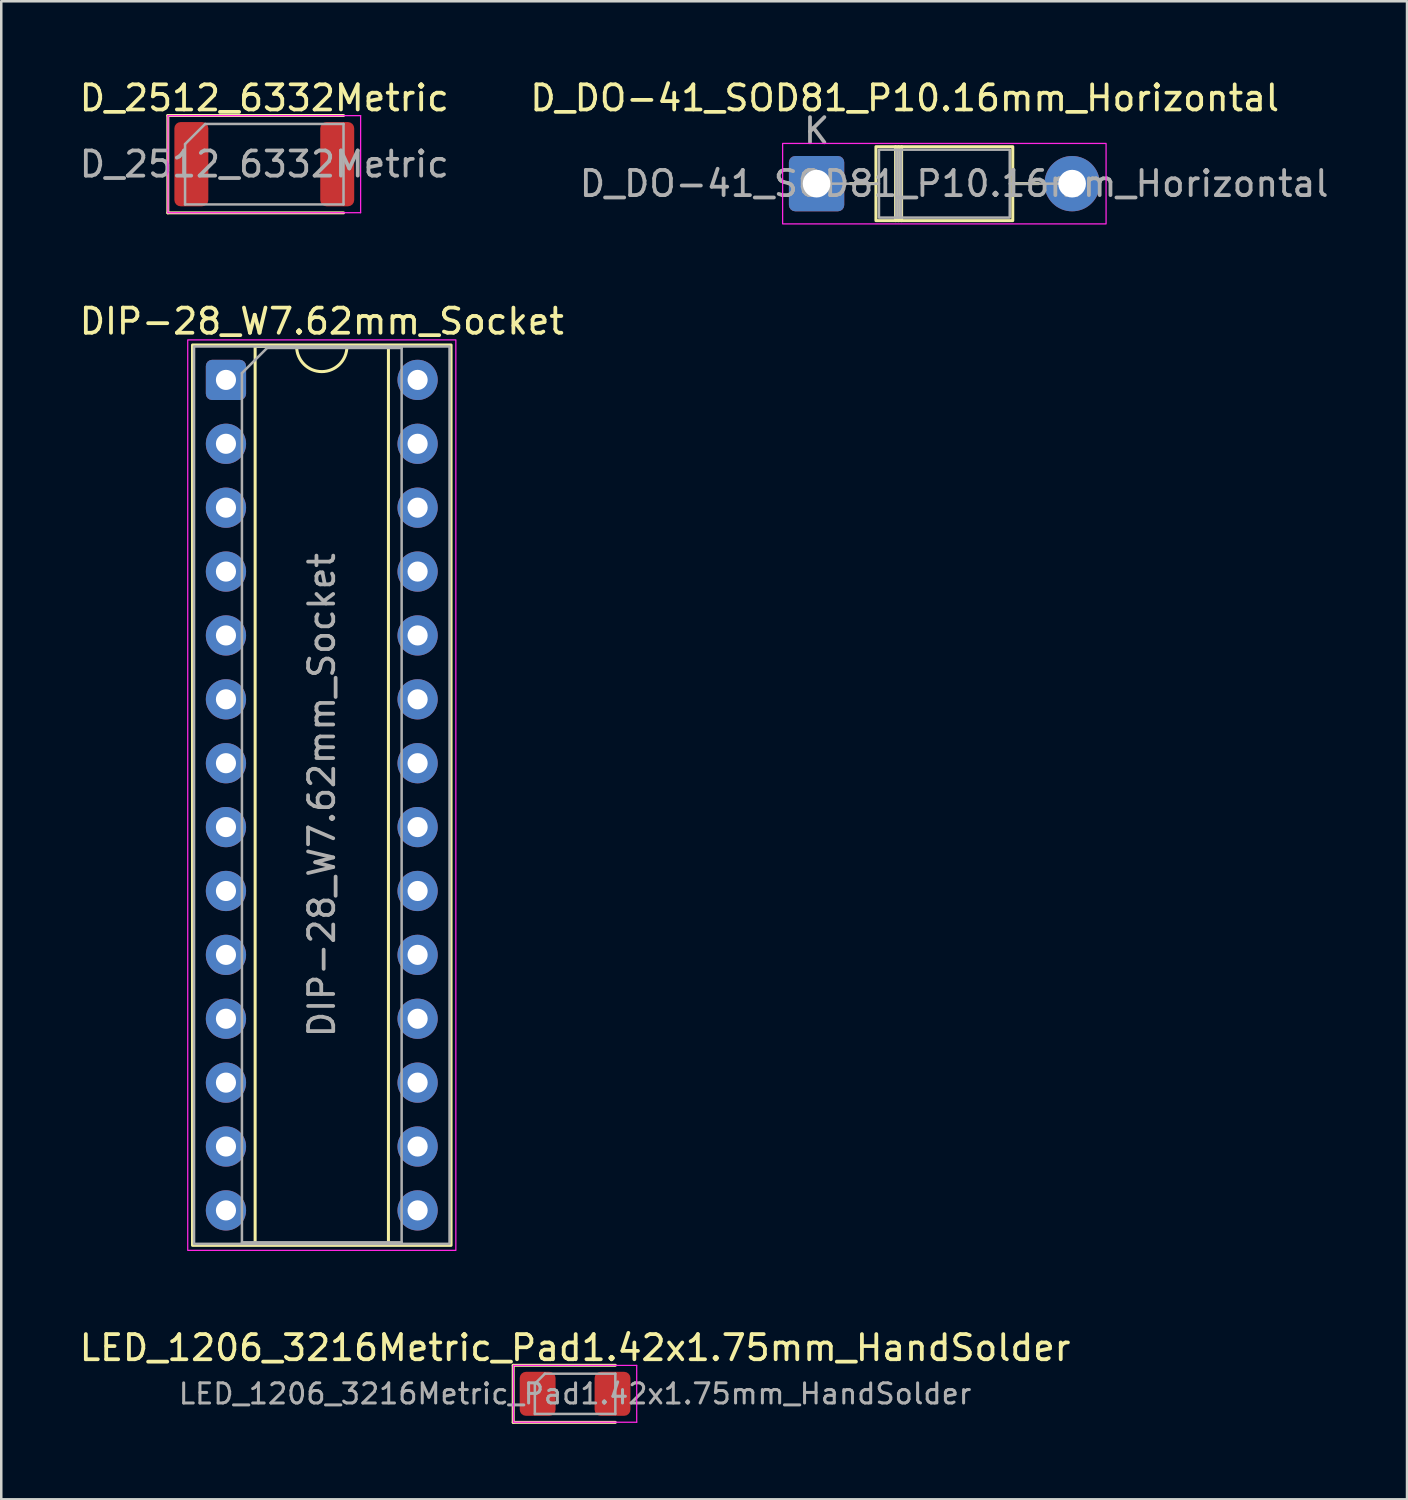
<source format=kicad_pcb>
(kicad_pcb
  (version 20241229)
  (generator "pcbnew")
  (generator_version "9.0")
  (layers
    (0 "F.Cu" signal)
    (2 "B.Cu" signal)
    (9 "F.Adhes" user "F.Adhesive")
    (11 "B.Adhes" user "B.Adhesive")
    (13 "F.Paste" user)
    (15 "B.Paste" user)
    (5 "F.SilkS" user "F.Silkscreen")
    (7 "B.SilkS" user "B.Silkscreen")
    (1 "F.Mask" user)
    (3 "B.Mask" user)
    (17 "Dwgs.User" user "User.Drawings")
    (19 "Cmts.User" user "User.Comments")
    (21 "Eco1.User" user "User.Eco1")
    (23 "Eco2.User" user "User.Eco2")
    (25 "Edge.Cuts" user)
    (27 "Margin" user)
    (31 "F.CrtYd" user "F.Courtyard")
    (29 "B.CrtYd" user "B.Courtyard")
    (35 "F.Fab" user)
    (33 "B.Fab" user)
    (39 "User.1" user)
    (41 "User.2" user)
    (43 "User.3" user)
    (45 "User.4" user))
  (footprint "D_2512_6332Metric"
    (layer "F.Cu")
    (at 7.458 3.478)
    (property "Reference" "D_2512_6332Metric" (at 0 -2.63 180) (layer "F.SilkS") (effects (font (size 1 1) (thickness 0.15))))
    (attr smd)
    (fp_line (start -3.835 -1.935) (end -3.835 1.935) (stroke (width 0.12) (type solid)) (layer "F.SilkS"))
    (fp_line (start -3.835 1.935) (end 3.15 1.935) (stroke (width 0.12) (type solid)) (layer "F.SilkS"))
    (fp_line (start 3.15 -1.935) (end -3.835 -1.935) (stroke (width 0.12) (type solid)) (layer "F.SilkS"))
    (fp_line (start -3.83 -1.93) (end 3.83 -1.93) (stroke (width 0.05) (type solid)) (layer "F.CrtYd"))
    (fp_line (start -3.83 1.93) (end -3.83 -1.93) (stroke (width 0.05) (type solid)) (layer "F.CrtYd"))
    (fp_line (start 3.83 -1.93) (end 3.83 1.93) (stroke (width 0.05) (type solid)) (layer "F.CrtYd"))
    (fp_line (start 3.83 1.93) (end -3.83 1.93) (stroke (width 0.05) (type solid)) (layer "F.CrtYd"))
    (fp_line (start -3.15 -0.8) (end -3.15 1.6) (stroke (width 0.1) (type solid)) (layer "F.Fab"))
    (fp_line (start -3.15 1.6) (end 3.15 1.6) (stroke (width 0.1) (type solid)) (layer "F.Fab"))
    (fp_line (start -2.35 -1.6) (end -3.15 -0.8) (stroke (width 0.1) (type solid)) (layer "F.Fab"))
    (fp_line (start 3.15 -1.6) (end -2.35 -1.6) (stroke (width 0.1) (type solid)) (layer "F.Fab"))
    (fp_line (start 3.15 1.6) (end 3.15 -1.6) (stroke (width 0.1) (type solid)) (layer "F.Fab"))
    (fp_text user "${REFERENCE}" (at 0 0 180) (layer "F.Fab") (effects (font (size 1 1) (thickness 0.15))))
    (pad "1" smd roundrect (at -2.9 0) (size 1.35 3.35) (layers "F.Cu" "F.Mask" "F.Paste") (roundrect_rratio 0.185))
    (pad "2" smd roundrect (at 2.9 0) (size 1.35 3.35) (layers "F.Cu" "F.Mask" "F.Paste") (roundrect_rratio 0.185)))
  (footprint "D_DO-41_SOD81_P10.16mm_Horizontal"
    (layer "F.Cu")
    (at 29.417 4.252)
    (property "Reference" "D_DO-41_SOD81_P10.16mm_Horizontal" (at 3.505 -3.404 180) (layer "F.SilkS") (effects (font (size 1 1) (thickness 0.15))))
    (attr through_hole)
    (fp_line (start 1.34 0) (end 2.36 0) (stroke (width 0.12) (type solid)) (layer "F.SilkS"))
    (fp_line (start 3.14 -1.47) (end 3.14 1.47) (stroke (width 0.12) (type solid)) (layer "F.SilkS"))
    (fp_line (start 3.26 -1.47) (end 3.26 1.47) (stroke (width 0.12) (type solid)) (layer "F.SilkS"))
    (fp_line (start 3.38 -1.47) (end 3.38 1.47) (stroke (width 0.12) (type solid)) (layer "F.SilkS"))
    (fp_line (start 8.82 0) (end 7.8 0) (stroke (width 0.12) (type solid)) (layer "F.SilkS"))
    (fp_rect (start 2.36 -1.47) (end 7.8 1.47) (stroke (width 0.12) (type solid)) (fill no) (layer "F.SilkS"))
    (fp_rect (start -1.35 -1.6) (end 11.51 1.6) (stroke (width 0.05) (type solid)) (fill no) (layer "F.CrtYd"))
    (fp_line (start 0 0) (end 2.48 0) (stroke (width 0.1) (type solid)) (layer "F.Fab"))
    (fp_line (start 3.16 -1.35) (end 3.16 1.35) (stroke (width 0.1) (type solid)) (layer "F.Fab"))
    (fp_line (start 3.26 -1.35) (end 3.26 1.35) (stroke (width 0.1) (type solid)) (layer "F.Fab"))
    (fp_line (start 3.36 -1.35) (end 3.36 1.35) (stroke (width 0.1) (type solid)) (layer "F.Fab"))
    (fp_line (start 10.16 0) (end 7.68 0) (stroke (width 0.1) (type solid)) (layer "F.Fab"))
    (fp_rect (start 2.48 -1.35) (end 7.68 1.35) (stroke (width 0.1) (type solid)) (fill no) (layer "F.Fab"))
    (fp_text user "K" (at 0 -2.1 180) (layer "F.Fab") (effects (font (size 1 1) (thickness 0.15))))
    (fp_text user "${REFERENCE}" (at 5.47 0 180) (layer "F.Fab") (effects (font (size 1 1) (thickness 0.15))))
    (pad "1" thru_hole roundrect (at 0 0) (size 2.2 2.2) (drill 1.1) (layers "*.Cu" "*.Mask") (roundrect_rratio 0.114))
    (pad "2" thru_hole circle (at 10.16 0) (size 2.2 2.2) (drill 1.1) (layers "*.Cu" "*.Mask")))
  (footprint "DIP-28_W7.62mm_Socket"
    (layer "F.Cu")
    (at 5.934 12.055)
    (property "Reference" "DIP-28_W7.62mm_Socket" (at 3.81 -2.33 0) (layer "F.SilkS") (effects (font (size 1 1) (thickness 0.15))))
    (attr through_hole)
    (fp_line (start 1.16 -1.33) (end 1.16 34.35) (stroke (width 0.12) (type solid)) (layer "F.SilkS"))
    (fp_line (start 1.16 34.35) (end 6.46 34.35) (stroke (width 0.12) (type solid)) (layer "F.SilkS"))
    (fp_line (start 2.81 -1.33) (end 1.16 -1.33) (stroke (width 0.12) (type solid)) (layer "F.SilkS"))
    (fp_line (start 6.46 -1.33) (end 4.81 -1.33) (stroke (width 0.12) (type solid)) (layer "F.SilkS"))
    (fp_line (start 6.46 34.35) (end 6.46 -1.33) (stroke (width 0.12) (type solid)) (layer "F.SilkS"))
    (fp_rect (start -1.33 -1.39) (end 8.95 34.41) (stroke (width 0.12) (type solid)) (fill no) (layer "F.SilkS"))
    (fp_arc (start 4.81 -1.33) (mid 3.81 -0.33) (end 2.81 -1.33) (stroke (width 0.12) (type solid)) (layer "F.SilkS"))
    (fp_rect (start -1.52 -1.59) (end 9.14 34.61) (stroke (width 0.05) (type solid)) (fill no) (layer "F.CrtYd"))
    (fp_line (start 0.635 -0.27) (end 1.635 -1.27) (stroke (width 0.1) (type solid)) (layer "F.Fab"))
    (fp_line (start 0.635 34.29) (end 0.635 -0.27) (stroke (width 0.1) (type solid)) (layer "F.Fab"))
    (fp_line (start 1.635 -1.27) (end 6.985 -1.27) (stroke (width 0.1) (type solid)) (layer "F.Fab"))
    (fp_line (start 6.985 -1.27) (end 6.985 34.29) (stroke (width 0.1) (type solid)) (layer "F.Fab"))
    (fp_line (start 6.985 34.29) (end 0.635 34.29) (stroke (width 0.1) (type solid)) (layer "F.Fab"))
    (fp_rect (start -1.27 -1.33) (end 8.89 34.35) (stroke (width 0.1) (type solid)) (fill no) (layer "F.Fab"))
    (fp_text user "${REFERENCE}" (at 3.81 16.51 90) (layer "F.Fab") (effects (font (size 1 1) (thickness 0.15))))
    (pad "1" thru_hole roundrect (at 0 0) (size 1.6 1.6) (drill 0.8) (layers "*.Cu" "*.Mask") (roundrect_rratio 0.156))
    (pad "2" thru_hole circle (at 0 2.54) (size 1.6 1.6) (drill 0.8) (layers "*.Cu" "*.Mask"))
    (pad "3" thru_hole circle (at 0 5.08) (size 1.6 1.6) (drill 0.8) (layers "*.Cu" "*.Mask"))
    (pad "4" thru_hole circle (at 0 7.62) (size 1.6 1.6) (drill 0.8) (layers "*.Cu" "*.Mask"))
    (pad "5" thru_hole circle (at 0 10.16) (size 1.6 1.6) (drill 0.8) (layers "*.Cu" "*.Mask"))
    (pad "6" thru_hole circle (at 0 12.7) (size 1.6 1.6) (drill 0.8) (layers "*.Cu" "*.Mask"))
    (pad "7" thru_hole circle (at 0 15.24) (size 1.6 1.6) (drill 0.8) (layers "*.Cu" "*.Mask"))
    (pad "8" thru_hole circle (at 0 17.78) (size 1.6 1.6) (drill 0.8) (layers "*.Cu" "*.Mask"))
    (pad "9" thru_hole circle (at 0 20.32) (size 1.6 1.6) (drill 0.8) (layers "*.Cu" "*.Mask"))
    (pad "10" thru_hole circle (at 0 22.86) (size 1.6 1.6) (drill 0.8) (layers "*.Cu" "*.Mask"))
    (pad "11" thru_hole circle (at 0 25.4) (size 1.6 1.6) (drill 0.8) (layers "*.Cu" "*.Mask"))
    (pad "12" thru_hole circle (at 0 27.94) (size 1.6 1.6) (drill 0.8) (layers "*.Cu" "*.Mask"))
    (pad "13" thru_hole circle (at 0 30.48) (size 1.6 1.6) (drill 0.8) (layers "*.Cu" "*.Mask"))
    (pad "14" thru_hole circle (at 0 33.02) (size 1.6 1.6) (drill 0.8) (layers "*.Cu" "*.Mask"))
    (pad "15" thru_hole circle (at 7.62 33.02) (size 1.6 1.6) (drill 0.8) (layers "*.Cu" "*.Mask"))
    (pad "16" thru_hole circle (at 7.62 30.48) (size 1.6 1.6) (drill 0.8) (layers "*.Cu" "*.Mask"))
    (pad "17" thru_hole circle (at 7.62 27.94) (size 1.6 1.6) (drill 0.8) (layers "*.Cu" "*.Mask"))
    (pad "18" thru_hole circle (at 7.62 25.4) (size 1.6 1.6) (drill 0.8) (layers "*.Cu" "*.Mask"))
    (pad "19" thru_hole circle (at 7.62 22.86) (size 1.6 1.6) (drill 0.8) (layers "*.Cu" "*.Mask"))
    (pad "20" thru_hole circle (at 7.62 20.32) (size 1.6 1.6) (drill 0.8) (layers "*.Cu" "*.Mask"))
    (pad "21" thru_hole circle (at 7.62 17.78) (size 1.6 1.6) (drill 0.8) (layers "*.Cu" "*.Mask"))
    (pad "22" thru_hole circle (at 7.62 15.24) (size 1.6 1.6) (drill 0.8) (layers "*.Cu" "*.Mask"))
    (pad "23" thru_hole circle (at 7.62 12.7) (size 1.6 1.6) (drill 0.8) (layers "*.Cu" "*.Mask"))
    (pad "24" thru_hole circle (at 7.62 10.16) (size 1.6 1.6) (drill 0.8) (layers "*.Cu" "*.Mask"))
    (pad "25" thru_hole circle (at 7.62 7.62) (size 1.6 1.6) (drill 0.8) (layers "*.Cu" "*.Mask"))
    (pad "26" thru_hole circle (at 7.62 5.08) (size 1.6 1.6) (drill 0.8) (layers "*.Cu" "*.Mask"))
    (pad "27" thru_hole circle (at 7.62 2.54) (size 1.6 1.6) (drill 0.8) (layers "*.Cu" "*.Mask"))
    (pad "28" thru_hole circle (at 7.62 0) (size 1.6 1.6) (drill 0.8) (layers "*.Cu" "*.Mask")))
  (footprint "LED_1206_3216Metric_Pad1.42x1.75mm_HandSolder"
    (layer "F.Cu")
    (at 19.815 52.368)
    (property "Reference" "LED_1206_3216Metric_Pad1.42x1.75mm_HandSolder" (at 0 -1.83 180) (layer "F.SilkS") (effects (font (size 1 1) (thickness 0.15))))
    (attr smd)
    (fp_line (start -2.46 -1.135) (end -2.46 1.135) (stroke (width 0.12) (type solid)) (layer "F.SilkS"))
    (fp_line (start -2.46 1.135) (end 1.6 1.135) (stroke (width 0.12) (type solid)) (layer "F.SilkS"))
    (fp_line (start 1.6 -1.135) (end -2.46 -1.135) (stroke (width 0.12) (type solid)) (layer "F.SilkS"))
    (fp_line (start -2.45 -1.13) (end 2.45 -1.13) (stroke (width 0.05) (type solid)) (layer "F.CrtYd"))
    (fp_line (start -2.45 1.13) (end -2.45 -1.13) (stroke (width 0.05) (type solid)) (layer "F.CrtYd"))
    (fp_line (start 2.45 -1.13) (end 2.45 1.13) (stroke (width 0.05) (type solid)) (layer "F.CrtYd"))
    (fp_line (start 2.45 1.13) (end -2.45 1.13) (stroke (width 0.05) (type solid)) (layer "F.CrtYd"))
    (fp_line (start -1.6 -0.4) (end -1.6 0.8) (stroke (width 0.1) (type solid)) (layer "F.Fab"))
    (fp_line (start -1.6 0.8) (end 1.6 0.8) (stroke (width 0.1) (type solid)) (layer "F.Fab"))
    (fp_line (start -1.2 -0.8) (end -1.6 -0.4) (stroke (width 0.1) (type solid)) (layer "F.Fab"))
    (fp_line (start 1.6 -0.8) (end -1.2 -0.8) (stroke (width 0.1) (type solid)) (layer "F.Fab"))
    (fp_line (start 1.6 0.8) (end 1.6 -0.8) (stroke (width 0.1) (type solid)) (layer "F.Fab"))
    (fp_text user "${REFERENCE}" (at 0 0 180) (layer "F.Fab") (effects (font (size 0.8 0.8) (thickness 0.12))))
    (pad "1" smd roundrect (at -1.488 0) (size 1.425 1.75) (layers "F.Cu" "F.Mask" "F.Paste") (roundrect_rratio 0.175))
    (pad "2" smd roundrect (at 1.488 0) (size 1.425 1.75) (layers "F.Cu" "F.Mask" "F.Paste") (roundrect_rratio 0.175)))
  (gr_rect
    (start -3 -3)
    (end 52.893 56.563)
    (stroke (width 0.1) (type default))
    (fill no)
    (layer "Edge.Cuts")))
</source>
